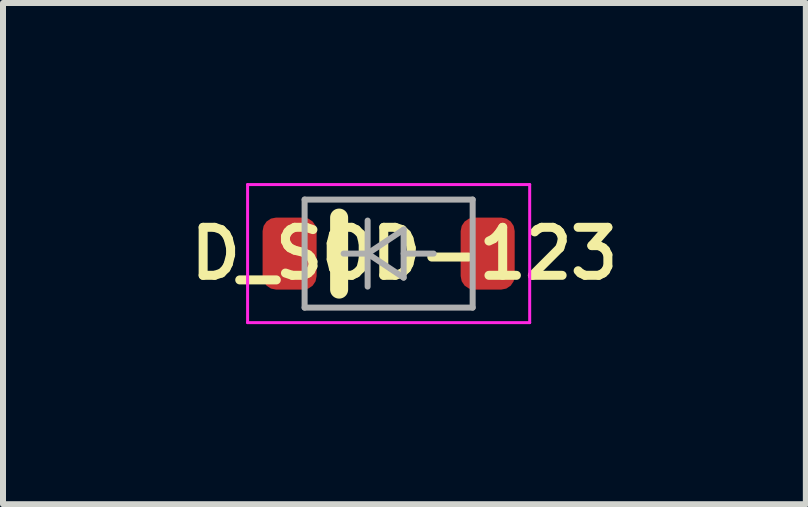
<source format=kicad_pcb>
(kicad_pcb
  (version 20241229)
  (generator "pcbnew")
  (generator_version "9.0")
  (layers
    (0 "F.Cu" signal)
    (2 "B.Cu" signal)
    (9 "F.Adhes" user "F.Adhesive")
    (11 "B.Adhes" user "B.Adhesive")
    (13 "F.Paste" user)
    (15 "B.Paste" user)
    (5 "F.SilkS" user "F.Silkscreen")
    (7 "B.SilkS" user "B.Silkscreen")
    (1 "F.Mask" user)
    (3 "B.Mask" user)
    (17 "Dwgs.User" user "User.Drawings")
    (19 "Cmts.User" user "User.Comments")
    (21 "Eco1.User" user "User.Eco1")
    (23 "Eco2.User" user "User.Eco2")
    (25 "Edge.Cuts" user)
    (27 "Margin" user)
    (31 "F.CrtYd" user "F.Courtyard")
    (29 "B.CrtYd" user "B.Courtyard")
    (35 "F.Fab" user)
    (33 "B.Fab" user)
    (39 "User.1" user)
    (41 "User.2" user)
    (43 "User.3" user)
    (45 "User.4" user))
  (footprint "D_SOD-123"
    (layer "F.Cu")
    (at 3.425 1.175)
    (property "Reference" "D_SOD-123" (at 0.262 0 0) (layer "F.SilkS") (effects (font (size 0.8 0.8) (thickness 0.15))))
    (attr smd)
    (fp_line (start -0.825 -0.6) (end -0.825 0.6) (stroke (width 0.3) (type solid)) (layer "F.SilkS"))
    (fp_line (start -2.35 -1.15) (end -2.35 1.15) (stroke (width 0.05) (type solid)) (layer "F.CrtYd"))
    (fp_line (start -2.35 -1.15) (end 2.35 -1.15) (stroke (width 0.05) (type solid)) (layer "F.CrtYd"))
    (fp_line (start 2.35 -1.15) (end 2.35 1.15) (stroke (width 0.05) (type solid)) (layer "F.CrtYd"))
    (fp_line (start 2.35 1.15) (end -2.35 1.15) (stroke (width 0.05) (type solid)) (layer "F.CrtYd"))
    (fp_line (start -1.4 -0.9) (end 1.4 -0.9) (stroke (width 0.1) (type solid)) (layer "F.Fab"))
    (fp_line (start -1.4 0.9) (end -1.4 -0.9) (stroke (width 0.1) (type solid)) (layer "F.Fab"))
    (fp_line (start -0.75 0) (end -0.35 0) (stroke (width 0.1) (type solid)) (layer "F.Fab"))
    (fp_line (start -0.35 0) (end -0.35 -0.55) (stroke (width 0.1) (type solid)) (layer "F.Fab"))
    (fp_line (start -0.35 0) (end -0.35 0.55) (stroke (width 0.1) (type solid)) (layer "F.Fab"))
    (fp_line (start -0.35 0) (end 0.25 -0.4) (stroke (width 0.1) (type solid)) (layer "F.Fab"))
    (fp_line (start 0.25 -0.4) (end 0.25 0.4) (stroke (width 0.1) (type solid)) (layer "F.Fab"))
    (fp_line (start 0.25 0) (end 0.75 0) (stroke (width 0.1) (type solid)) (layer "F.Fab"))
    (fp_line (start 0.25 0.4) (end -0.35 0) (stroke (width 0.1) (type solid)) (layer "F.Fab"))
    (fp_line (start 1.4 -0.9) (end 1.4 0.9) (stroke (width 0.1) (type solid)) (layer "F.Fab"))
    (fp_line (start 1.4 0.9) (end -1.4 0.9) (stroke (width 0.1) (type solid)) (layer "F.Fab"))
    (pad "1" smd roundrect (at -1.65 0) (size 0.9 1.2) (layers "F.Cu" "F.Mask" "F.Paste") (roundrect_rratio 0.25))
    (pad "2" smd roundrect (at 1.65 0) (size 0.9 1.2) (layers "F.Cu" "F.Mask" "F.Paste") (roundrect_rratio 0.25)))
  (gr_rect
    (start -3 -3)
    (end 10.376 5.35)
    (stroke (width 0.1) (type default))
    (fill no)
    (layer "Edge.Cuts")))
</source>
